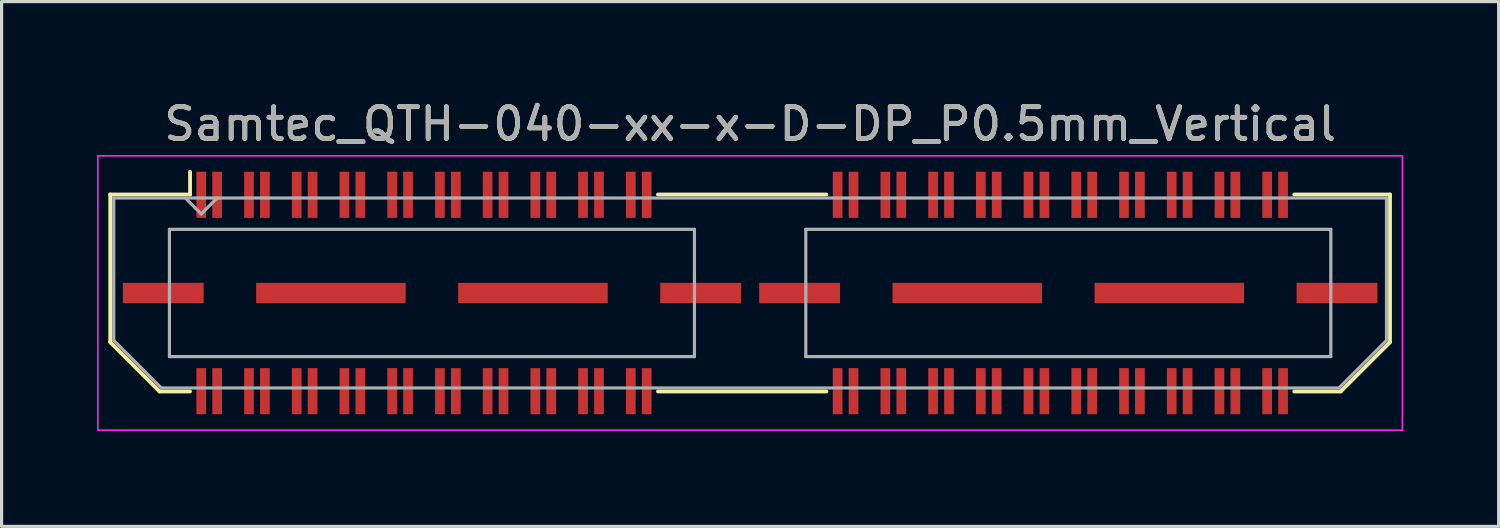
<source format=kicad_pcb>
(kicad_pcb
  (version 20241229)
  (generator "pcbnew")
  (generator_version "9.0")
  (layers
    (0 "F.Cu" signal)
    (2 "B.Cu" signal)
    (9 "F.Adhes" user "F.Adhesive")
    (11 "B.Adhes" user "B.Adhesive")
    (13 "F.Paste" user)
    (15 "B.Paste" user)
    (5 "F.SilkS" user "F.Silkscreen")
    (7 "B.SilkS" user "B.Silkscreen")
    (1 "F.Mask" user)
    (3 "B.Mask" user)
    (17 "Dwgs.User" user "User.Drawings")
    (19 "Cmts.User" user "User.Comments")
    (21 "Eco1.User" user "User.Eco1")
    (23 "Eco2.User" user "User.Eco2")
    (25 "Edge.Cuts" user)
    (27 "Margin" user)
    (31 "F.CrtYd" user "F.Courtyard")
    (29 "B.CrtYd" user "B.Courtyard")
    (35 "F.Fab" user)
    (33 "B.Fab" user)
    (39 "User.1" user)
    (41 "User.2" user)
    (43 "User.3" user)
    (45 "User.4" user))
  (footprint "Samtec_QTH-040-xx-x-D-DP_P0.5mm_Vertical"
    (layer "F.Cu")
    (at 20.525 6.158)
    (property "Reference" "Samtec_QTH-040-xx-x-D-DP_P0.5mm_Vertical" (at 0 -5.31 0) (layer "F.SilkS") (effects (font (size 1 1) (thickness 0.15))))
    (attr smd)
    (fp_line (start -20.11 -3.095) (end -20.11 1.548) (stroke (width 0.12) (type solid)) (layer "F.SilkS"))
    (fp_line (start -20.11 1.548) (end -18.562 3.095) (stroke (width 0.12) (type solid)) (layer "F.SilkS"))
    (fp_line (start -18.562 3.095) (end -17.602 3.095) (stroke (width 0.12) (type solid)) (layer "F.SilkS"))
    (fp_line (start -17.602 -3.811) (end -17.602 -3.095) (stroke (width 0.12) (type solid)) (layer "F.SilkS"))
    (fp_line (start -17.602 -3.095) (end -20.11 -3.095) (stroke (width 0.12) (type solid)) (layer "F.SilkS"))
    (fp_line (start -2.897 -3.095) (end 2.397 -3.095) (stroke (width 0.12) (type solid)) (layer "F.SilkS"))
    (fp_line (start -2.897 3.095) (end 2.397 3.095) (stroke (width 0.12) (type solid)) (layer "F.SilkS"))
    (fp_line (start 17.102 -3.095) (end 20.11 -3.095) (stroke (width 0.12) (type solid)) (layer "F.SilkS"))
    (fp_line (start 18.562 3.095) (end 17.102 3.095) (stroke (width 0.12) (type solid)) (layer "F.SilkS"))
    (fp_line (start 20.11 -3.095) (end 20.11 1.548) (stroke (width 0.12) (type solid)) (layer "F.SilkS"))
    (fp_line (start 20.11 1.548) (end 18.562 3.095) (stroke (width 0.12) (type solid)) (layer "F.SilkS"))
    (fp_line (start -20.5 -4.31) (end -20.5 4.31) (stroke (width 0.05) (type solid)) (layer "F.CrtYd"))
    (fp_line (start -20.5 4.31) (end 20.5 4.31) (stroke (width 0.05) (type solid)) (layer "F.CrtYd"))
    (fp_line (start 20.5 -4.31) (end -20.5 -4.31) (stroke (width 0.05) (type solid)) (layer "F.CrtYd"))
    (fp_line (start 20.5 4.31) (end 20.5 -4.31) (stroke (width 0.05) (type solid)) (layer "F.CrtYd"))
    (fp_line (start -20 -2.985) (end -20 1.492) (stroke (width 0.1) (type solid)) (layer "F.Fab"))
    (fp_line (start -20 -2.985) (end 20 -2.985) (stroke (width 0.1) (type solid)) (layer "F.Fab"))
    (fp_line (start -20 1.492) (end -18.508 2.985) (stroke (width 0.1) (type solid)) (layer "F.Fab"))
    (fp_line (start -18.508 2.985) (end 18.508 2.985) (stroke (width 0.1) (type solid)) (layer "F.Fab"))
    (fp_line (start -18.25 -2) (end -18.25 2) (stroke (width 0.1) (type solid)) (layer "F.Fab"))
    (fp_line (start -18.25 2) (end -1.75 2) (stroke (width 0.1) (type solid)) (layer "F.Fab"))
    (fp_line (start -17.25 -2.485) (end -17.75 -2.985) (stroke (width 0.1) (type solid)) (layer "F.Fab"))
    (fp_line (start -16.75 -2.985) (end -17.25 -2.485) (stroke (width 0.1) (type solid)) (layer "F.Fab"))
    (fp_line (start -1.75 -2) (end -18.25 -2) (stroke (width 0.1) (type solid)) (layer "F.Fab"))
    (fp_line (start -1.75 2) (end -1.75 -2) (stroke (width 0.1) (type solid)) (layer "F.Fab"))
    (fp_line (start 1.75 -2) (end 1.75 2) (stroke (width 0.1) (type solid)) (layer "F.Fab"))
    (fp_line (start 1.75 2) (end 18.25 2) (stroke (width 0.1) (type solid)) (layer "F.Fab"))
    (fp_line (start 18.25 -2) (end 1.75 -2) (stroke (width 0.1) (type solid)) (layer "F.Fab"))
    (fp_line (start 18.25 2) (end 18.25 -2) (stroke (width 0.1) (type solid)) (layer "F.Fab"))
    (fp_line (start 20 -2.985) (end 20 1.492) (stroke (width 0.1) (type solid)) (layer "F.Fab"))
    (fp_line (start 20 1.492) (end 18.508 2.985) (stroke (width 0.1) (type solid)) (layer "F.Fab"))
    (fp_text user "${REFERENCE}" (at 0 -5.31 0) (layer "F.Fab") (effects (font (size 1 1) (thickness 0.15))))
    (pad "1" smd rect (at -17.25 -3.086) (size 0.305 1.45) (layers "F.Cu" "F.Mask" "F.Paste"))
    (pad "2" smd rect (at -17.25 3.086) (size 0.305 1.45) (layers "F.Cu" "F.Mask" "F.Paste"))
    (pad "3" smd rect (at -16.75 -3.086) (size 0.305 1.45) (layers "F.Cu" "F.Mask" "F.Paste"))
    (pad "4" smd rect (at -16.75 3.086) (size 0.305 1.45) (layers "F.Cu" "F.Mask" "F.Paste"))
    (pad "5" smd rect (at -15.75 -3.086) (size 0.305 1.45) (layers "F.Cu" "F.Mask" "F.Paste"))
    (pad "6" smd rect (at -15.75 3.086) (size 0.305 1.45) (layers "F.Cu" "F.Mask" "F.Paste"))
    (pad "7" smd rect (at -15.25 -3.086) (size 0.305 1.45) (layers "F.Cu" "F.Mask" "F.Paste"))
    (pad "8" smd rect (at -15.25 3.086) (size 0.305 1.45) (layers "F.Cu" "F.Mask" "F.Paste"))
    (pad "9" smd rect (at -14.25 -3.086) (size 0.305 1.45) (layers "F.Cu" "F.Mask" "F.Paste"))
    (pad "10" smd rect (at -14.25 3.086) (size 0.305 1.45) (layers "F.Cu" "F.Mask" "F.Paste"))
    (pad "11" smd rect (at -13.75 -3.086) (size 0.305 1.45) (layers "F.Cu" "F.Mask" "F.Paste"))
    (pad "12" smd rect (at -13.75 3.086) (size 0.305 1.45) (layers "F.Cu" "F.Mask" "F.Paste"))
    (pad "13" smd rect (at -12.75 -3.086) (size 0.305 1.45) (layers "F.Cu" "F.Mask" "F.Paste"))
    (pad "14" smd rect (at -12.75 3.086) (size 0.305 1.45) (layers "F.Cu" "F.Mask" "F.Paste"))
    (pad "15" smd rect (at -12.25 -3.086) (size 0.305 1.45) (layers "F.Cu" "F.Mask" "F.Paste"))
    (pad "16" smd rect (at -12.25 3.086) (size 0.305 1.45) (layers "F.Cu" "F.Mask" "F.Paste"))
    (pad "17" smd rect (at -11.25 -3.086) (size 0.305 1.45) (layers "F.Cu" "F.Mask" "F.Paste"))
    (pad "18" smd rect (at -11.25 3.086) (size 0.305 1.45) (layers "F.Cu" "F.Mask" "F.Paste"))
    (pad "19" smd rect (at -10.75 -3.086) (size 0.305 1.45) (layers "F.Cu" "F.Mask" "F.Paste"))
    (pad "20" smd rect (at -10.75 3.086) (size 0.305 1.45) (layers "F.Cu" "F.Mask" "F.Paste"))
    (pad "21" smd rect (at -9.75 -3.086) (size 0.305 1.45) (layers "F.Cu" "F.Mask" "F.Paste"))
    (pad "22" smd rect (at -9.75 3.086) (size 0.305 1.45) (layers "F.Cu" "F.Mask" "F.Paste"))
    (pad "23" smd rect (at -9.25 -3.086) (size 0.305 1.45) (layers "F.Cu" "F.Mask" "F.Paste"))
    (pad "24" smd rect (at -9.25 3.086) (size 0.305 1.45) (layers "F.Cu" "F.Mask" "F.Paste"))
    (pad "25" smd rect (at -8.25 -3.086) (size 0.305 1.45) (layers "F.Cu" "F.Mask" "F.Paste"))
    (pad "26" smd rect (at -8.25 3.086) (size 0.305 1.45) (layers "F.Cu" "F.Mask" "F.Paste"))
    (pad "27" smd rect (at -7.75 -3.086) (size 0.305 1.45) (layers "F.Cu" "F.Mask" "F.Paste"))
    (pad "28" smd rect (at -7.75 3.086) (size 0.305 1.45) (layers "F.Cu" "F.Mask" "F.Paste"))
    (pad "29" smd rect (at -6.75 -3.086) (size 0.305 1.45) (layers "F.Cu" "F.Mask" "F.Paste"))
    (pad "30" smd rect (at -6.75 3.086) (size 0.305 1.45) (layers "F.Cu" "F.Mask" "F.Paste"))
    (pad "31" smd rect (at -6.25 -3.086) (size 0.305 1.45) (layers "F.Cu" "F.Mask" "F.Paste"))
    (pad "32" smd rect (at -6.25 3.086) (size 0.305 1.45) (layers "F.Cu" "F.Mask" "F.Paste"))
    (pad "33" smd rect (at -5.25 -3.086) (size 0.305 1.45) (layers "F.Cu" "F.Mask" "F.Paste"))
    (pad "34" smd rect (at -5.25 3.086) (size 0.305 1.45) (layers "F.Cu" "F.Mask" "F.Paste"))
    (pad "35" smd rect (at -4.75 -3.086) (size 0.305 1.45) (layers "F.Cu" "F.Mask" "F.Paste"))
    (pad "36" smd rect (at -4.75 3.086) (size 0.305 1.45) (layers "F.Cu" "F.Mask" "F.Paste"))
    (pad "37" smd rect (at -3.75 -3.086) (size 0.305 1.45) (layers "F.Cu" "F.Mask" "F.Paste"))
    (pad "38" smd rect (at -3.75 3.086) (size 0.305 1.45) (layers "F.Cu" "F.Mask" "F.Paste"))
    (pad "39" smd rect (at -3.25 -3.086) (size 0.305 1.45) (layers "F.Cu" "F.Mask" "F.Paste"))
    (pad "40" smd rect (at -3.25 3.086) (size 0.305 1.45) (layers "F.Cu" "F.Mask" "F.Paste"))
    (pad "41" smd rect (at 2.75 -3.086) (size 0.305 1.45) (layers "F.Cu" "F.Mask" "F.Paste"))
    (pad "42" smd rect (at 2.75 3.086) (size 0.305 1.45) (layers "F.Cu" "F.Mask" "F.Paste"))
    (pad "43" smd rect (at 3.25 -3.086) (size 0.305 1.45) (layers "F.Cu" "F.Mask" "F.Paste"))
    (pad "44" smd rect (at 3.25 3.086) (size 0.305 1.45) (layers "F.Cu" "F.Mask" "F.Paste"))
    (pad "45" smd rect (at 4.25 -3.086) (size 0.305 1.45) (layers "F.Cu" "F.Mask" "F.Paste"))
    (pad "46" smd rect (at 4.25 3.086) (size 0.305 1.45) (layers "F.Cu" "F.Mask" "F.Paste"))
    (pad "47" smd rect (at 4.75 -3.086) (size 0.305 1.45) (layers "F.Cu" "F.Mask" "F.Paste"))
    (pad "48" smd rect (at 4.75 3.086) (size 0.305 1.45) (layers "F.Cu" "F.Mask" "F.Paste"))
    (pad "49" smd rect (at 5.75 -3.086) (size 0.305 1.45) (layers "F.Cu" "F.Mask" "F.Paste"))
    (pad "50" smd rect (at 5.75 3.086) (size 0.305 1.45) (layers "F.Cu" "F.Mask" "F.Paste"))
    (pad "51" smd rect (at 6.25 -3.086) (size 0.305 1.45) (layers "F.Cu" "F.Mask" "F.Paste"))
    (pad "52" smd rect (at 6.25 3.086) (size 0.305 1.45) (layers "F.Cu" "F.Mask" "F.Paste"))
    (pad "53" smd rect (at 7.25 -3.086) (size 0.305 1.45) (layers "F.Cu" "F.Mask" "F.Paste"))
    (pad "54" smd rect (at 7.25 3.086) (size 0.305 1.45) (layers "F.Cu" "F.Mask" "F.Paste"))
    (pad "55" smd rect (at 7.75 -3.086) (size 0.305 1.45) (layers "F.Cu" "F.Mask" "F.Paste"))
    (pad "56" smd rect (at 7.75 3.086) (size 0.305 1.45) (layers "F.Cu" "F.Mask" "F.Paste"))
    (pad "57" smd rect (at 8.75 -3.086) (size 0.305 1.45) (layers "F.Cu" "F.Mask" "F.Paste"))
    (pad "58" smd rect (at 8.75 3.086) (size 0.305 1.45) (layers "F.Cu" "F.Mask" "F.Paste"))
    (pad "59" smd rect (at 9.25 -3.086) (size 0.305 1.45) (layers "F.Cu" "F.Mask" "F.Paste"))
    (pad "60" smd rect (at 9.25 3.086) (size 0.305 1.45) (layers "F.Cu" "F.Mask" "F.Paste"))
    (pad "61" smd rect (at 10.25 -3.086) (size 0.305 1.45) (layers "F.Cu" "F.Mask" "F.Paste"))
    (pad "62" smd rect (at 10.25 3.086) (size 0.305 1.45) (layers "F.Cu" "F.Mask" "F.Paste"))
    (pad "63" smd rect (at 10.75 -3.086) (size 0.305 1.45) (layers "F.Cu" "F.Mask" "F.Paste"))
    (pad "64" smd rect (at 10.75 3.086) (size 0.305 1.45) (layers "F.Cu" "F.Mask" "F.Paste"))
    (pad "65" smd rect (at 11.75 -3.086) (size 0.305 1.45) (layers "F.Cu" "F.Mask" "F.Paste"))
    (pad "66" smd rect (at 11.75 3.086) (size 0.305 1.45) (layers "F.Cu" "F.Mask" "F.Paste"))
    (pad "67" smd rect (at 12.25 -3.086) (size 0.305 1.45) (layers "F.Cu" "F.Mask" "F.Paste"))
    (pad "68" smd rect (at 12.25 3.086) (size 0.305 1.45) (layers "F.Cu" "F.Mask" "F.Paste"))
    (pad "69" smd rect (at 13.25 -3.086) (size 0.305 1.45) (layers "F.Cu" "F.Mask" "F.Paste"))
    (pad "70" smd rect (at 13.25 3.086) (size 0.305 1.45) (layers "F.Cu" "F.Mask" "F.Paste"))
    (pad "71" smd rect (at 13.75 -3.086) (size 0.305 1.45) (layers "F.Cu" "F.Mask" "F.Paste"))
    (pad "72" smd rect (at 13.75 3.086) (size 0.305 1.45) (layers "F.Cu" "F.Mask" "F.Paste"))
    (pad "73" smd rect (at 14.75 -3.086) (size 0.305 1.45) (layers "F.Cu" "F.Mask" "F.Paste"))
    (pad "74" smd rect (at 14.75 3.086) (size 0.305 1.45) (layers "F.Cu" "F.Mask" "F.Paste"))
    (pad "75" smd rect (at 15.25 -3.086) (size 0.305 1.45) (layers "F.Cu" "F.Mask" "F.Paste"))
    (pad "76" smd rect (at 15.25 3.086) (size 0.305 1.45) (layers "F.Cu" "F.Mask" "F.Paste"))
    (pad "77" smd rect (at 16.25 -3.086) (size 0.305 1.45) (layers "F.Cu" "F.Mask" "F.Paste"))
    (pad "78" smd rect (at 16.25 3.086) (size 0.305 1.45) (layers "F.Cu" "F.Mask" "F.Paste"))
    (pad "79" smd rect (at 16.75 -3.086) (size 0.305 1.45) (layers "F.Cu" "F.Mask" "F.Paste"))
    (pad "80" smd rect (at 16.75 3.086) (size 0.305 1.45) (layers "F.Cu" "F.Mask" "F.Paste"))
    (pad "P1" smd rect (at -18.445 0) (size 2.54 0.64) (layers "F.Cu" "F.Mask" "F.Paste"))
    (pad "P1" smd rect (at -13.175 0) (size 4.7 0.64) (layers "F.Cu" "F.Mask" "F.Paste"))
    (pad "P1" smd rect (at -6.825 0) (size 4.7 0.64) (layers "F.Cu" "F.Mask" "F.Paste"))
    (pad "P1" smd rect (at -1.555 0) (size 2.54 0.64) (layers "F.Cu" "F.Mask" "F.Paste"))
    (pad "P2" smd rect (at 1.555 0) (size 2.54 0.64) (layers "F.Cu" "F.Mask" "F.Paste"))
    (pad "P2" smd rect (at 6.825 0) (size 4.7 0.64) (layers "F.Cu" "F.Mask" "F.Paste"))
    (pad "P2" smd rect (at 13.175 0) (size 4.7 0.64) (layers "F.Cu" "F.Mask" "F.Paste"))
    (pad "P2" smd rect (at 18.445 0) (size 2.54 0.64) (layers "F.Cu" "F.Mask" "F.Paste")))
  (gr_rect
    (start -3 -3)
    (end 44.05 13.493)
    (stroke (width 0.1) (type default))
    (fill no)
    (layer "Edge.Cuts")))
</source>
